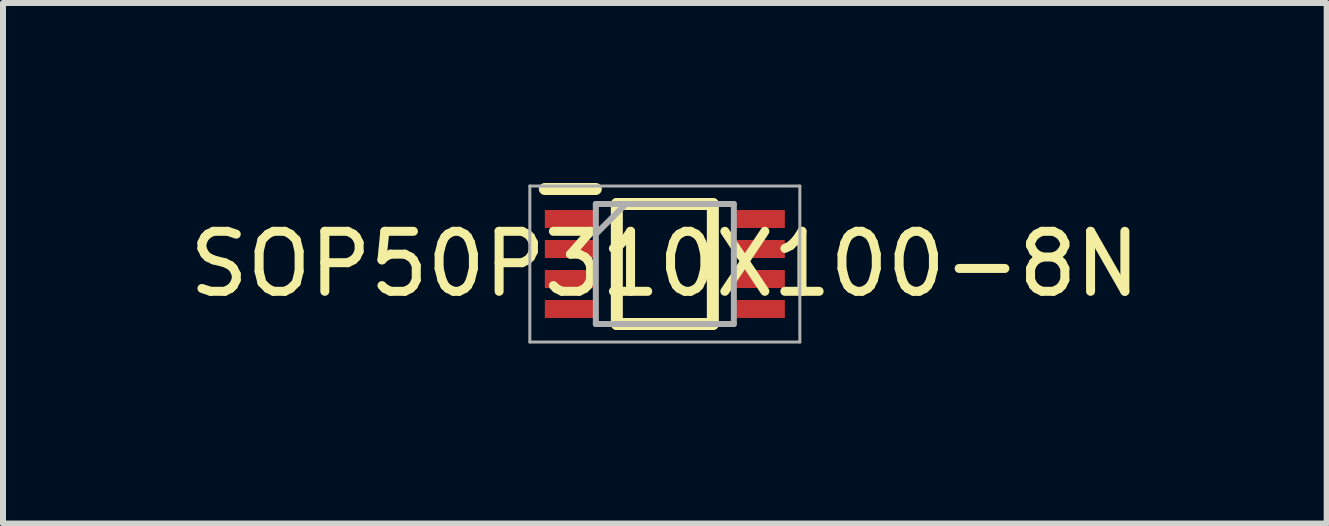
<source format=kicad_pcb>
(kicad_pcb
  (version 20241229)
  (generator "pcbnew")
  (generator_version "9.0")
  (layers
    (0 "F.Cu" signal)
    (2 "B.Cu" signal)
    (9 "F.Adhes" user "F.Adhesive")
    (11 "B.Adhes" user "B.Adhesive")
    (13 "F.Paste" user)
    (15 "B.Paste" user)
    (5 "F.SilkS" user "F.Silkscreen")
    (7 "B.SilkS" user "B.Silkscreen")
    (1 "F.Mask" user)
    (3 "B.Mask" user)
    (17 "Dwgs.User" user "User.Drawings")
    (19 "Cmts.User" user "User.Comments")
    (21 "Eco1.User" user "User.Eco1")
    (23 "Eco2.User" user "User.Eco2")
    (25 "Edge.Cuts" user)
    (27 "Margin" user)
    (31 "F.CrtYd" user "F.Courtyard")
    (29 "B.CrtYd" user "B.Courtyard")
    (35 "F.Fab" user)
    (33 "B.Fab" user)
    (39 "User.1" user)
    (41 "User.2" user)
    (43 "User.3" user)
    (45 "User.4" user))
  (footprint "SOP50P310X100-8N"
    (layer "F.Cu")
    (at 8.03 1.35)
    (property "Reference" "SOP50P310X100-8N" (at 0 0 0) (layer "F.SilkS") (effects (font (size 1 1) (thickness 0.15))))
    (attr through_hole)
    (fp_line (start -2 -1.25) (end -1.15 -1.25) (stroke (width 0.2) (type solid)) (layer "F.SilkS"))
    (fp_line (start -0.8 -1) (end 0.8 -1) (stroke (width 0.2) (type solid)) (layer "F.SilkS"))
    (fp_line (start -0.8 1) (end -0.8 -1) (stroke (width 0.2) (type solid)) (layer "F.SilkS"))
    (fp_line (start 0.8 -1) (end 0.8 1) (stroke (width 0.2) (type solid)) (layer "F.SilkS"))
    (fp_line (start 0.8 1) (end -0.8 1) (stroke (width 0.2) (type solid)) (layer "F.SilkS"))
    (fp_line (start -2.25 -1.3) (end 2.25 -1.3) (stroke (width 0.05) (type solid)) (layer "F.Fab"))
    (fp_line (start -2.25 1.3) (end -2.25 -1.3) (stroke (width 0.05) (type solid)) (layer "F.Fab"))
    (fp_line (start -1.15 -1) (end 1.15 -1) (stroke (width 0.1) (type solid)) (layer "F.Fab"))
    (fp_line (start -1.15 -0.5) (end -0.65 -1) (stroke (width 0.1) (type solid)) (layer "F.Fab"))
    (fp_line (start -1.15 1) (end -1.15 -1) (stroke (width 0.1) (type solid)) (layer "F.Fab"))
    (fp_line (start 1.15 -1) (end 1.15 1) (stroke (width 0.1) (type solid)) (layer "F.Fab"))
    (fp_line (start 1.15 1) (end -1.15 1) (stroke (width 0.1) (type solid)) (layer "F.Fab"))
    (fp_line (start 2.25 -1.3) (end 2.25 1.3) (stroke (width 0.05) (type solid)) (layer "F.Fab"))
    (fp_line (start 2.25 1.3) (end -2.25 1.3) (stroke (width 0.05) (type solid)) (layer "F.Fab"))
    (pad "1" smd rect (at -1.575 -0.75) (size 0.85 0.3) (layers "F.Cu" "F.Mask" "F.Paste"))
    (pad "2" smd rect (at -1.575 -0.25) (size 0.85 0.3) (layers "F.Cu" "F.Mask" "F.Paste"))
    (pad "3" smd rect (at -1.575 0.25) (size 0.85 0.3) (layers "F.Cu" "F.Mask" "F.Paste"))
    (pad "4" smd rect (at -1.575 0.75) (size 0.85 0.3) (layers "F.Cu" "F.Mask" "F.Paste"))
    (pad "5" smd rect (at 1.575 0.75) (size 0.85 0.3) (layers "F.Cu" "F.Mask" "F.Paste"))
    (pad "6" smd rect (at 1.575 0.25) (size 0.85 0.3) (layers "F.Cu" "F.Mask" "F.Paste"))
    (pad "7" smd rect (at 1.575 -0.25) (size 0.85 0.3) (layers "F.Cu" "F.Mask" "F.Paste"))
    (pad "8" smd rect (at 1.575 -0.75) (size 0.85 0.3) (layers "F.Cu" "F.Mask" "F.Paste")))
  (gr_rect
    (start -3 -3)
    (end 19.06 5.675)
    (stroke (width 0.1) (type default))
    (fill no)
    (layer "Edge.Cuts")))
</source>
